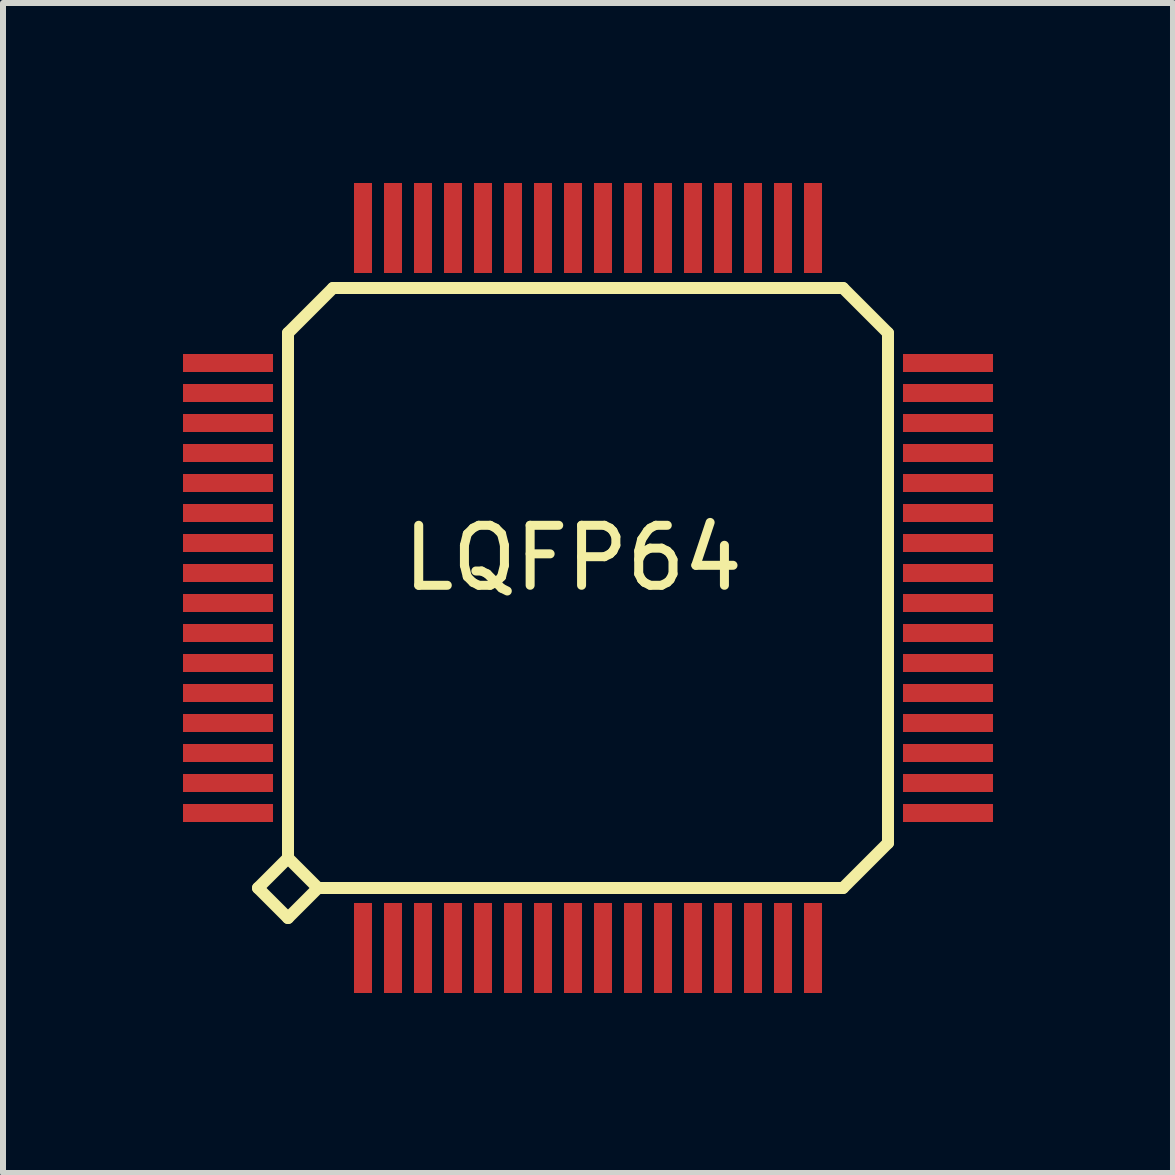
<source format=kicad_pcb>
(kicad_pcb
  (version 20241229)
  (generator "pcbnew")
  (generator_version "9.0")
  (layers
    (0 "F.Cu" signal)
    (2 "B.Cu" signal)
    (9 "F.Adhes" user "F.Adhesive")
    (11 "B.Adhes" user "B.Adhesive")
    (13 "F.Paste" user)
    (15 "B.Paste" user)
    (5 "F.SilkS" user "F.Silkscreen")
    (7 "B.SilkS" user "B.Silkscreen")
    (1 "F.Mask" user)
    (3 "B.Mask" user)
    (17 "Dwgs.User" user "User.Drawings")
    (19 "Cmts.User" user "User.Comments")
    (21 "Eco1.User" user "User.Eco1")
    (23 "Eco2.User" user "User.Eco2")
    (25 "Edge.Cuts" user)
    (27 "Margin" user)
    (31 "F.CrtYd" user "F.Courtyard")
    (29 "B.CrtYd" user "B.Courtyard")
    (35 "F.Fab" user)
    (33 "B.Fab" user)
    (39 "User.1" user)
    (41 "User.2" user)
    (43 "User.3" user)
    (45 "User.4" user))
  (footprint "LQFP64"
    (layer "F.Cu")
    (at 3 12.75)
    (property "Reference" "LQFP64" (at 3.5 -6.5 0) (layer "F.SilkS") (effects (font (size 1 1) (thickness 0.15))))
    (attr through_hole)
    (fp_line (start -1.75 -1) (end -1.25 -0.5) (stroke (width 0.2) (type solid)) (layer "F.SilkS"))
    (fp_line (start -1.25 -10.25) (end -0.5 -11) (stroke (width 0.2) (type solid)) (layer "F.SilkS"))
    (fp_line (start -1.25 -1.5) (end -1.75 -1) (stroke (width 0.2) (type solid)) (layer "F.SilkS"))
    (fp_line (start -1.25 -1.5) (end -1.25 -10.25) (stroke (width 0.2) (type solid)) (layer "F.SilkS"))
    (fp_line (start -1.25 -1.5) (end -0.75 -1) (stroke (width 0.2) (type solid)) (layer "F.SilkS"))
    (fp_line (start -1.25 -0.5) (end -0.75 -1) (stroke (width 0.2) (type solid)) (layer "F.SilkS"))
    (fp_line (start -0.5 -11) (end 8 -11) (stroke (width 0.2) (type solid)) (layer "F.SilkS"))
    (fp_line (start 8 -11) (end 8.75 -10.25) (stroke (width 0.2) (type solid)) (layer "F.SilkS"))
    (fp_line (start 8 -1) (end -0.75 -1) (stroke (width 0.2) (type solid)) (layer "F.SilkS"))
    (fp_line (start 8.75 -10.25) (end 8.75 -1.75) (stroke (width 0.2) (type solid)) (layer "F.SilkS"))
    (fp_line (start 8.75 -1.75) (end 8 -1) (stroke (width 0.2) (type solid)) (layer "F.SilkS"))
    (pad "1" smd rect (at 0 0) (size 0.3 1.5) (layers "F.Cu" "F.Mask" "F.Paste"))
    (pad "2" smd rect (at 0.5 0) (size 0.3 1.5) (layers "F.Cu" "F.Mask" "F.Paste"))
    (pad "3" smd rect (at 1 0) (size 0.3 1.5) (layers "F.Cu" "F.Mask" "F.Paste"))
    (pad "4" smd rect (at 1.5 0) (size 0.3 1.5) (layers "F.Cu" "F.Mask" "F.Paste"))
    (pad "5" smd rect (at 2 0) (size 0.3 1.5) (layers "F.Cu" "F.Mask" "F.Paste"))
    (pad "6" smd rect (at 2.5 0) (size 0.3 1.5) (layers "F.Cu" "F.Mask" "F.Paste"))
    (pad "7" smd rect (at 3 0) (size 0.3 1.5) (layers "F.Cu" "F.Mask" "F.Paste"))
    (pad "8" smd rect (at 3.5 0) (size 0.3 1.5) (layers "F.Cu" "F.Mask" "F.Paste"))
    (pad "9" smd rect (at 4 0) (size 0.3 1.5) (layers "F.Cu" "F.Mask" "F.Paste"))
    (pad "10" smd rect (at 4.5 0) (size 0.3 1.5) (layers "F.Cu" "F.Mask" "F.Paste"))
    (pad "11" smd rect (at 5 0) (size 0.3 1.5) (layers "F.Cu" "F.Mask" "F.Paste"))
    (pad "12" smd rect (at 5.5 0) (size 0.3 1.5) (layers "F.Cu" "F.Mask" "F.Paste"))
    (pad "13" smd rect (at 6 0) (size 0.3 1.5) (layers "F.Cu" "F.Mask" "F.Paste"))
    (pad "14" smd rect (at 6.5 0) (size 0.3 1.5) (layers "F.Cu" "F.Mask" "F.Paste"))
    (pad "15" smd rect (at 7 0) (size 0.3 1.5) (layers "F.Cu" "F.Mask" "F.Paste"))
    (pad "16" smd rect (at 7.5 0) (size 0.3 1.5) (layers "F.Cu" "F.Mask" "F.Paste"))
    (pad "17" smd rect (at 9.75 -2.25) (size 1.5 0.3) (layers "F.Cu" "F.Mask" "F.Paste"))
    (pad "18" smd rect (at 9.75 -2.75) (size 1.5 0.3) (layers "F.Cu" "F.Mask" "F.Paste"))
    (pad "19" smd rect (at 9.75 -3.25) (size 1.5 0.3) (layers "F.Cu" "F.Mask" "F.Paste"))
    (pad "20" smd rect (at 9.75 -3.75) (size 1.5 0.3) (layers "F.Cu" "F.Mask" "F.Paste"))
    (pad "21" smd rect (at 9.75 -4.25) (size 1.5 0.3) (layers "F.Cu" "F.Mask" "F.Paste"))
    (pad "22" smd rect (at 9.75 -4.75) (size 1.5 0.3) (layers "F.Cu" "F.Mask" "F.Paste"))
    (pad "23" smd rect (at 9.75 -5.25) (size 1.5 0.3) (layers "F.Cu" "F.Mask" "F.Paste"))
    (pad "24" smd rect (at 9.75 -5.75) (size 1.5 0.3) (layers "F.Cu" "F.Mask" "F.Paste"))
    (pad "25" smd rect (at 9.75 -6.25) (size 1.5 0.3) (layers "F.Cu" "F.Mask" "F.Paste"))
    (pad "26" smd rect (at 9.75 -6.75) (size 1.5 0.3) (layers "F.Cu" "F.Mask" "F.Paste"))
    (pad "27" smd rect (at 9.75 -7.25) (size 1.5 0.3) (layers "F.Cu" "F.Mask" "F.Paste"))
    (pad "28" smd rect (at 9.75 -7.75) (size 1.5 0.3) (layers "F.Cu" "F.Mask" "F.Paste"))
    (pad "29" smd rect (at 9.75 -8.25) (size 1.5 0.3) (layers "F.Cu" "F.Mask" "F.Paste"))
    (pad "30" smd rect (at 9.75 -8.75) (size 1.5 0.3) (layers "F.Cu" "F.Mask" "F.Paste"))
    (pad "31" smd rect (at 9.75 -9.25) (size 1.5 0.3) (layers "F.Cu" "F.Mask" "F.Paste"))
    (pad "32" smd rect (at 9.75 -9.75) (size 1.5 0.3) (layers "F.Cu" "F.Mask" "F.Paste"))
    (pad "33" smd rect (at 7.5 -12) (size 0.3 1.5) (layers "F.Cu" "F.Mask" "F.Paste"))
    (pad "34" smd rect (at 7 -12) (size 0.3 1.5) (layers "F.Cu" "F.Mask" "F.Paste"))
    (pad "35" smd rect (at 6.5 -12) (size 0.3 1.5) (layers "F.Cu" "F.Mask" "F.Paste"))
    (pad "36" smd rect (at 6 -12) (size 0.3 1.5) (layers "F.Cu" "F.Mask" "F.Paste"))
    (pad "37" smd rect (at 5.5 -12) (size 0.3 1.5) (layers "F.Cu" "F.Mask" "F.Paste"))
    (pad "38" smd rect (at 5 -12) (size 0.3 1.5) (layers "F.Cu" "F.Mask" "F.Paste"))
    (pad "39" smd rect (at 4.5 -12) (size 0.3 1.5) (layers "F.Cu" "F.Mask" "F.Paste"))
    (pad "40" smd rect (at 4 -12) (size 0.3 1.5) (layers "F.Cu" "F.Mask" "F.Paste"))
    (pad "41" smd rect (at 3.5 -12) (size 0.3 1.5) (layers "F.Cu" "F.Mask" "F.Paste"))
    (pad "42" smd rect (at 3 -12) (size 0.3 1.5) (layers "F.Cu" "F.Mask" "F.Paste"))
    (pad "43" smd rect (at 2.5 -12) (size 0.3 1.5) (layers "F.Cu" "F.Mask" "F.Paste"))
    (pad "44" smd rect (at 2 -12) (size 0.3 1.5) (layers "F.Cu" "F.Mask" "F.Paste"))
    (pad "45" smd rect (at 1.5 -12) (size 0.3 1.5) (layers "F.Cu" "F.Mask" "F.Paste"))
    (pad "46" smd rect (at 1 -12) (size 0.3 1.5) (layers "F.Cu" "F.Mask" "F.Paste"))
    (pad "47" smd rect (at 0.5 -12) (size 0.3 1.5) (layers "F.Cu" "F.Mask" "F.Paste"))
    (pad "48" smd rect (at 0 -12) (size 0.3 1.5) (layers "F.Cu" "F.Mask" "F.Paste"))
    (pad "49" smd rect (at -2.25 -9.75) (size 1.5 0.3) (layers "F.Cu" "F.Mask" "F.Paste"))
    (pad "50" smd rect (at -2.25 -9.25) (size 1.5 0.3) (layers "F.Cu" "F.Mask" "F.Paste"))
    (pad "51" smd rect (at -2.25 -8.75) (size 1.5 0.3) (layers "F.Cu" "F.Mask" "F.Paste"))
    (pad "52" smd rect (at -2.25 -8.25) (size 1.5 0.3) (layers "F.Cu" "F.Mask" "F.Paste"))
    (pad "53" smd rect (at -2.25 -7.75) (size 1.5 0.3) (layers "F.Cu" "F.Mask" "F.Paste"))
    (pad "54" smd rect (at -2.25 -7.25) (size 1.5 0.3) (layers "F.Cu" "F.Mask" "F.Paste"))
    (pad "55" smd rect (at -2.25 -6.75) (size 1.5 0.3) (layers "F.Cu" "F.Mask" "F.Paste"))
    (pad "56" smd rect (at -2.25 -6.25) (size 1.5 0.3) (layers "F.Cu" "F.Mask" "F.Paste"))
    (pad "57" smd rect (at -2.25 -5.75) (size 1.5 0.3) (layers "F.Cu" "F.Mask" "F.Paste"))
    (pad "58" smd rect (at -2.25 -5.25) (size 1.5 0.3) (layers "F.Cu" "F.Mask" "F.Paste"))
    (pad "59" smd rect (at -2.25 -4.75) (size 1.5 0.3) (layers "F.Cu" "F.Mask" "F.Paste"))
    (pad "60" smd rect (at -2.25 -4.25) (size 1.5 0.3) (layers "F.Cu" "F.Mask" "F.Paste"))
    (pad "61" smd rect (at -2.25 -3.75) (size 1.5 0.3) (layers "F.Cu" "F.Mask" "F.Paste"))
    (pad "62" smd rect (at -2.25 -3.25) (size 1.5 0.3) (layers "F.Cu" "F.Mask" "F.Paste"))
    (pad "63" smd rect (at -2.25 -2.75) (size 1.5 0.3) (layers "F.Cu" "F.Mask" "F.Paste"))
    (pad "64" smd rect (at -2.25 -2.25) (size 1.5 0.3) (layers "F.Cu" "F.Mask" "F.Paste")))
  (gr_rect
    (start -3 -3)
    (end 16.5 16.5)
    (stroke (width 0.1) (type default))
    (fill no)
    (layer "Edge.Cuts")))
</source>
